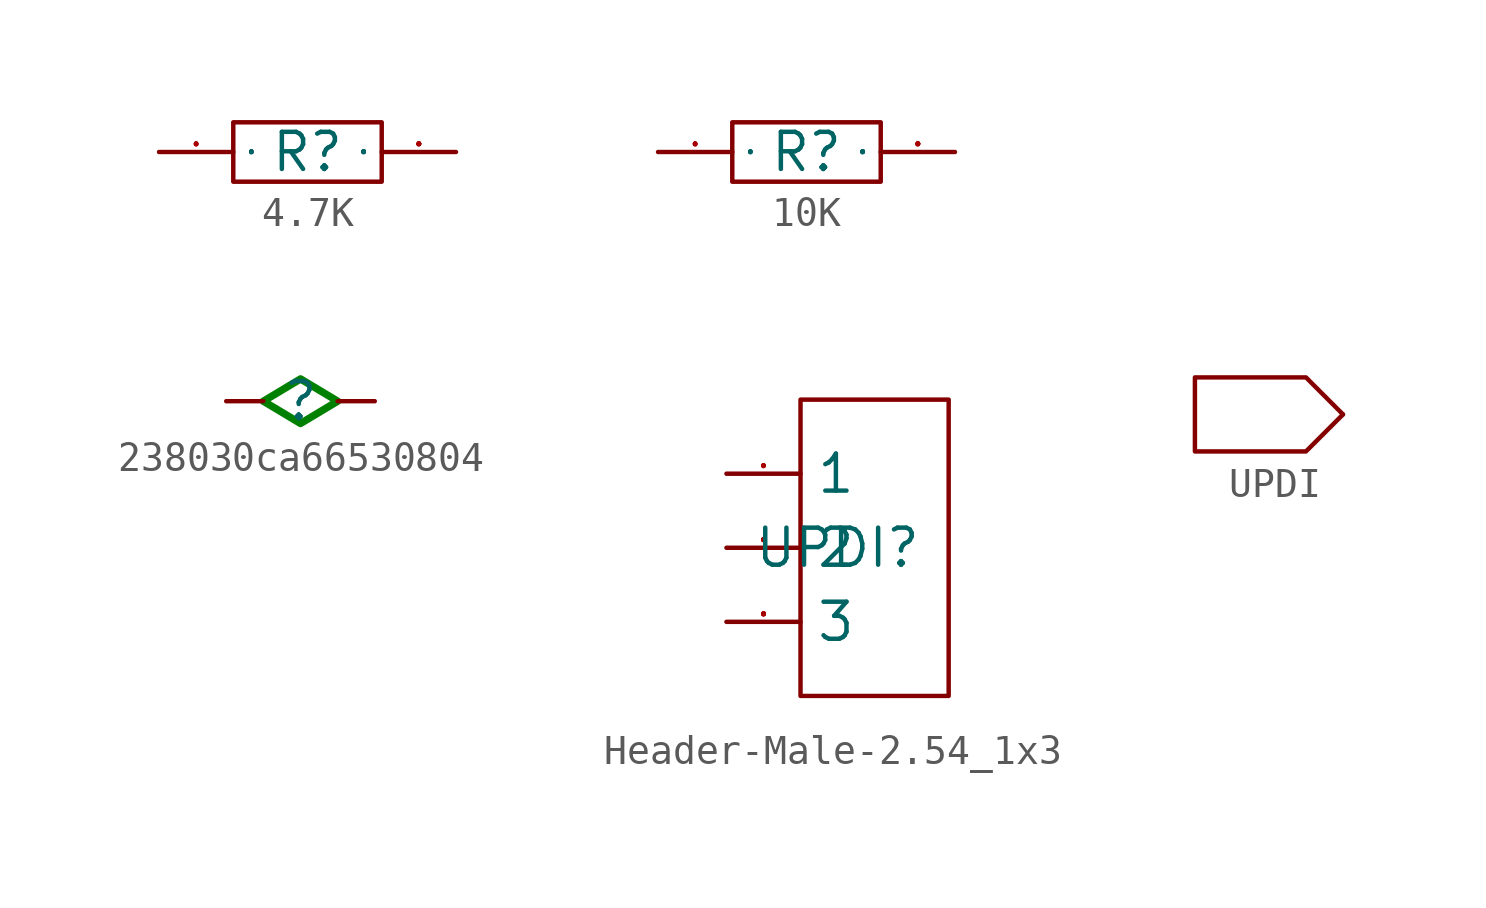
<source format=kicad_sym>
(kicad_symbol_lib
  (version 20231120)
  (generator "kicad_symbol_editor")
  (generator_version "8.0")
  (symbol "4.7K"
    (property "Reference" "R"
      (at 0 0 0)
      (effects (font (size 1.27 1.27))))
    (property "Value" ""
      (at 0 0 0)
      (effects (font (size 1.27 1.27))))
    (symbol "4.7K_1_0"
      (rectangle (start -2.54 1.016) (end 2.54 -1.016) (stroke (width 0) (type default)) (fill (type none)))
      (pin unspecified line (at -5.08 0 0) (length 2.54) (name "1" (effects (font (size 0.025 0.025)))) (number "1" (effects (font (size 0.025 0.025)))))
      (pin unspecified line (at 5.08 0 180) (length 2.54) (name "2" (effects (font (size 0.025 0.025)))) (number "2" (effects (font (size 0.025 0.025)))))))
  (symbol "10K"
    (property "Reference" "R"
      (at 0 0 0)
      (effects (font (size 1.27 1.27))))
    (property "Value" ""
      (at 0 0 0)
      (effects (font (size 1.27 1.27))))
    (symbol "10K_1_0"
      (rectangle (start -2.54 1.016) (end 2.54 -1.016) (stroke (width 0) (type default)) (fill (type none)))
      (pin input line (at -5.08 0 0) (length 2.54) (name "1" (effects (font (size 0.025 0.025)))) (number "1" (effects (font (size 0.025 0.025)))))
      (pin input line (at 5.08 0 180) (length 2.54) (name "2" (effects (font (size 0.025 0.025)))) (number "2" (effects (font (size 0.025 0.025)))))))
  (symbol "238030ca66530804"
    (property "Reference" ""
      (at 0 0 0)
      (effects (font (size 1.27 1.27))))
    (property "Value" ""
      (at 0 0 0)
      (effects (font (size 1.27 1.27))))
    (symbol "238030ca66530804_1_0"
      (polyline (pts (xy 0 0.762) (xy 1.27 0) (xy 0 -0.762) (xy -1.27 0) (xy 0 0.762)) (stroke (width 0.254) (type solid) (color 0 128 0 1)) (fill (type none)))
      (pin input line (at -2.54 0 0) (length 1.27) (name "" (effects (font (size 0.025 0.025)))) (number "" (effects (font (size 1.27 1.27)))))
      (pin input line (at 2.54 0 180) (length 1.27) (name "" (effects (font (size 0.025 0.025)))) (number "" (effects (font (size 1.27 1.27)))))))
  (symbol "Header-Male-2.54_1x3"
    (property "Reference" "UPDI"
      (at 0 0 0)
      (effects (font (size 1.27 1.27))))
    (property "Value" ""
      (at 0 0 0)
      (effects (font (size 1.27 1.27))))
    (symbol "Header-Male-2.54_1x3_1_0"
      (rectangle (start 3.81 -5.08) (end -1.27 5.08) (stroke (width 0) (type default)) (fill (type none)))
      (pin input line (at -3.81 2.54 0) (length 2.54) (name "1" (effects (font (size 1.27 1.27)))) (number "1" (effects (font (size 0.025 0.025)))))
      (pin input line (at -3.81 0 0) (length 2.54) (name "2" (effects (font (size 1.27 1.27)))) (number "2" (effects (font (size 0.025 0.025)))))
      (pin input line (at -3.81 -2.54 0) (length 2.54) (name "3" (effects (font (size 1.27 1.27)))) (number "3" (effects (font (size 0.025 0.025)))))))
  (symbol "UPDI"
    (power)
    (pin_numbers hide)
    (pin_names hide)
    (property "Reference" "#PWR"
      (at 0 0 0)
      (effects (font (size 1.27 1.27)) (hide yes)))
    (property "Value" ""
      (at 0 0 0)
      (effects (font (size 1.27 1.27))))
    (symbol "UPDI_1_0"
      (polyline (pts (xy 0 0) (xy -1.27 -1.27) (xy -1.27 -1.27) (xy -5.08 -1.27) (xy -5.08 -1.27) (xy -5.08 1.27) (xy -5.08 1.27) (xy -1.27 1.27) (xy -1.27 1.27) (xy 0 0)) (stroke (width 0) (type default)) (fill (type none)))
      (pin input line (at 0 0 0) (length 0) (name "" (effects (font (size 0.025 0.025)))) (number "1" (effects (font (size 0 0))))))))
</source>
